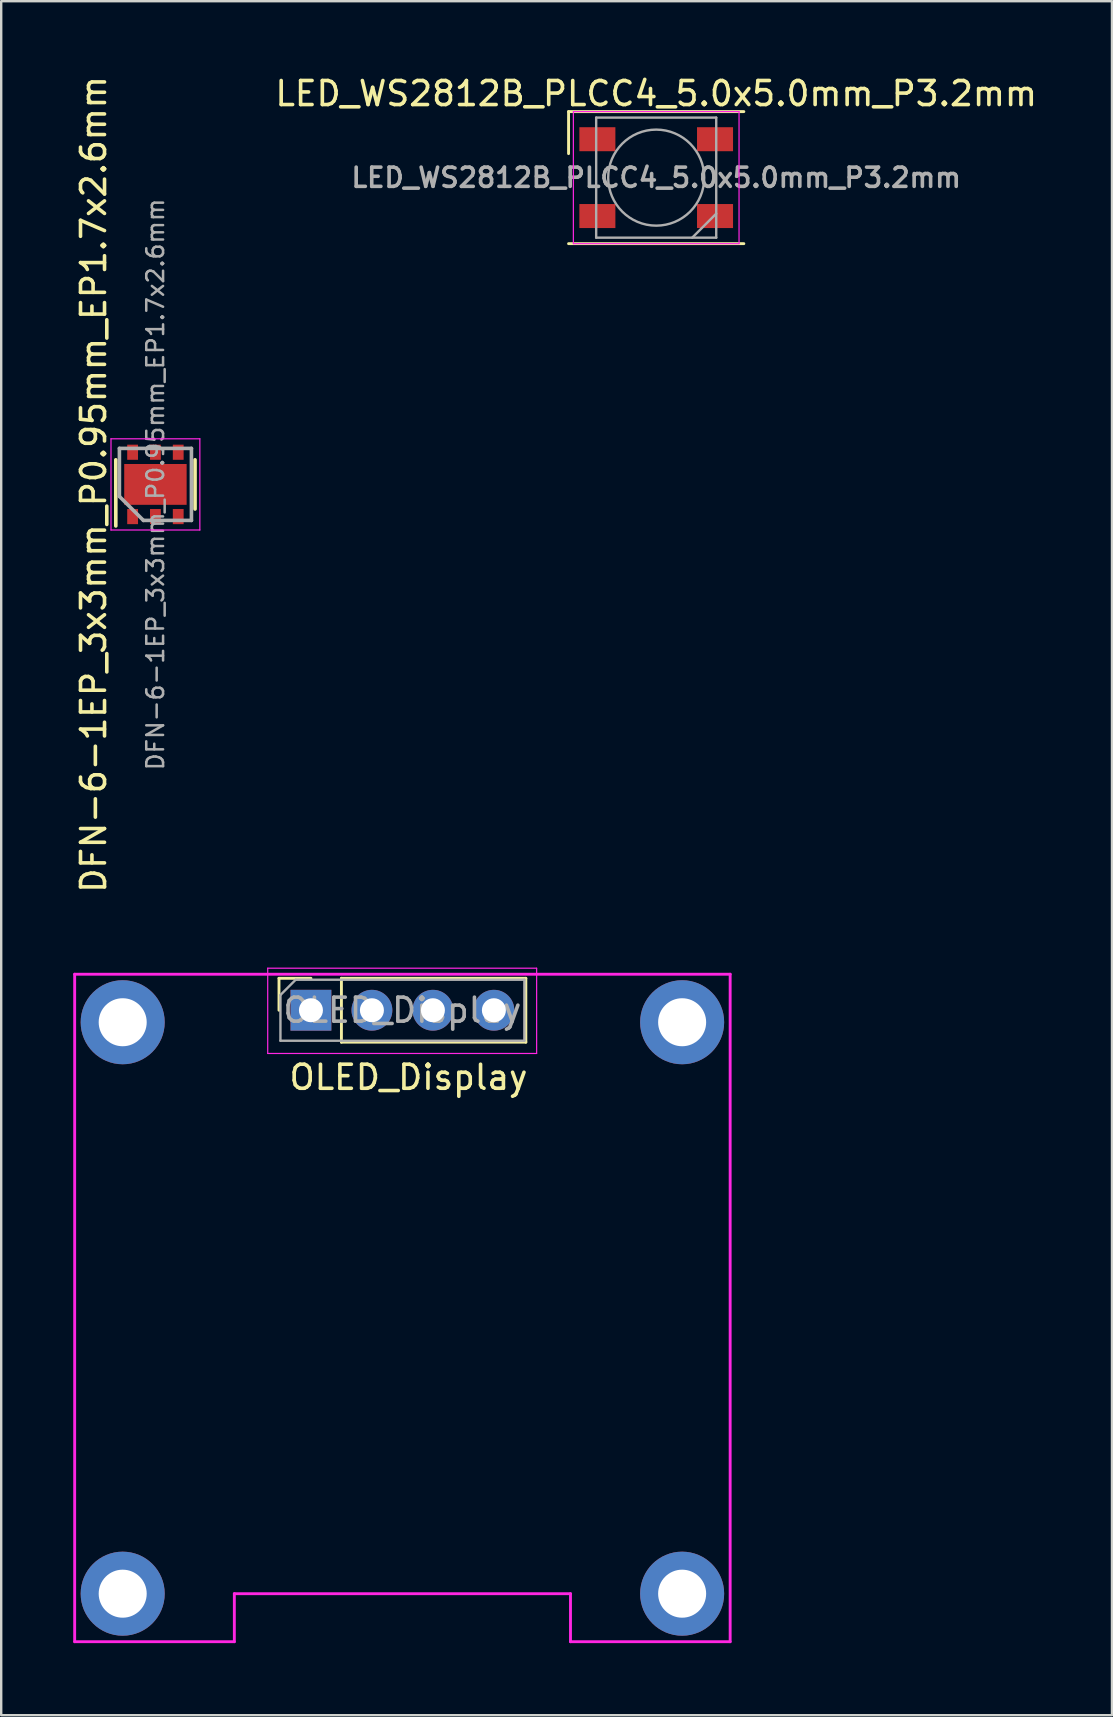
<source format=kicad_pcb>
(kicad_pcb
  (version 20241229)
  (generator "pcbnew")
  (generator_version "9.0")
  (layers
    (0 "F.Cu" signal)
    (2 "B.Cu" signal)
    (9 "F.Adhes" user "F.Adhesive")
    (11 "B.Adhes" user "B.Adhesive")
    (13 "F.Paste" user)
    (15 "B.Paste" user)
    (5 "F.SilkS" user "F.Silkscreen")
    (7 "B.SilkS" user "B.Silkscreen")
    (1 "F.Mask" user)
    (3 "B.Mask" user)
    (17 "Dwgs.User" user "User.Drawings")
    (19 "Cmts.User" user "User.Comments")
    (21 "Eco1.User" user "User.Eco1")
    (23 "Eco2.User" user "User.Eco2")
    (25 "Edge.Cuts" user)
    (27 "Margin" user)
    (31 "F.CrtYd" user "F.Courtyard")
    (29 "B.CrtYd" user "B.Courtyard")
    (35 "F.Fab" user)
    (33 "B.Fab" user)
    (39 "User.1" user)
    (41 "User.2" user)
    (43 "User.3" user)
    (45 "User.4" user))
  (footprint "LED_WS2812B_PLCC4_5.0x5.0mm_P3.2mm"
    (layer "F.Cu")
    (at 24.28 4.348)
    (property "Reference" "LED_WS2812B_PLCC4_5.0x5.0mm_P3.2mm" (at 0 -3.5 0) (layer "F.SilkS") (effects (font (size 1 1) (thickness 0.15))))
    (attr smd)
    (fp_line (start -3.65 -2.75) (end -3.65 -1) (stroke (width 0.12) (type solid)) (layer "F.SilkS"))
    (fp_line (start -3.65 -2.75) (end 3.65 -2.75) (stroke (width 0.12) (type solid)) (layer "F.SilkS"))
    (fp_line (start -3.65 2.75) (end 3.65 2.75) (stroke (width 0.12) (type solid)) (layer "F.SilkS"))
    (fp_line (start -3.45 -2.75) (end -3.45 2.75) (stroke (width 0.05) (type solid)) (layer "F.CrtYd"))
    (fp_line (start -3.45 2.75) (end 3.45 2.75) (stroke (width 0.05) (type solid)) (layer "F.CrtYd"))
    (fp_line (start 3.45 -2.75) (end -3.45 -2.75) (stroke (width 0.05) (type solid)) (layer "F.CrtYd"))
    (fp_line (start 3.45 2.75) (end 3.45 -2.75) (stroke (width 0.05) (type solid)) (layer "F.CrtYd"))
    (fp_line (start -2.5 -2.5) (end -2.5 2.5) (stroke (width 0.1) (type solid)) (layer "F.Fab"))
    (fp_line (start -2.5 2.5) (end 2.5 2.5) (stroke (width 0.1) (type solid)) (layer "F.Fab"))
    (fp_line (start 2.5 -2.5) (end -2.5 -2.5) (stroke (width 0.1) (type solid)) (layer "F.Fab"))
    (fp_line (start 2.5 1.5) (end 1.5 2.5) (stroke (width 0.1) (type solid)) (layer "F.Fab"))
    (fp_line (start 2.5 2.5) (end 2.5 -2.5) (stroke (width 0.1) (type solid)) (layer "F.Fab"))
    (fp_circle (center 0 0) (end 0 -2) (stroke (width 0.1) (type solid)) (fill no) (layer "F.Fab"))
    (fp_text user "${REFERENCE}" (at 0 0 0) (layer "F.Fab") (effects (font (size 0.8 0.8) (thickness 0.15))))
    (pad "1" smd rect (at -2.45 -1.6) (size 1.5 1) (layers "F.Cu" "F.Mask" "F.Paste"))
    (pad "2" smd rect (at -2.45 1.6) (size 1.5 1) (layers "F.Cu" "F.Mask" "F.Paste"))
    (pad "3" smd rect (at 2.45 1.6) (size 1.5 1) (layers "F.Cu" "F.Mask" "F.Paste"))
    (pad "4" smd rect (at 2.45 -1.6) (size 1.5 1) (layers "F.Cu" "F.Mask" "F.Paste")))
  (footprint "OLED_Display"
    (layer "F.Cu")
    (at 13.71 39.025)
    (property "Reference" "OLED_Display" (at 0.254 2.794 180) (layer "F.SilkS") (effects (font (size 1 1) (thickness 0.15))))
    (attr through_hole)
    (fp_line (start -5.14 -1.33) (end -3.81 -1.33) (stroke (width 0.12) (type solid)) (layer "F.SilkS"))
    (fp_line (start -5.14 0) (end -5.14 -1.33) (stroke (width 0.12) (type solid)) (layer "F.SilkS"))
    (fp_line (start -2.54 -1.33) (end 5.14 -1.33) (stroke (width 0.12) (type solid)) (layer "F.SilkS"))
    (fp_line (start -2.54 1.33) (end -2.54 -1.33) (stroke (width 0.12) (type solid)) (layer "F.SilkS"))
    (fp_line (start -2.54 1.33) (end 5.14 1.33) (stroke (width 0.12) (type solid)) (layer "F.SilkS"))
    (fp_line (start 5.14 1.33) (end 5.14 -1.33) (stroke (width 0.12) (type solid)) (layer "F.SilkS"))
    (fp_line (start -13.65 -1.5) (end -13.65 26.3) (stroke (width 0.12) (type solid)) (layer "F.CrtYd"))
    (fp_line (start -13.65 -1.5) (end 13.65 -1.5) (stroke (width 0.12) (type solid)) (layer "F.CrtYd"))
    (fp_line (start -13.65 26.3) (end -7 26.3) (stroke (width 0.12) (type solid)) (layer "F.CrtYd"))
    (fp_line (start -7 26.3) (end -7 24.3) (stroke (width 0.12) (type solid)) (layer "F.CrtYd"))
    (fp_line (start -5.61 -1.75) (end 5.59 -1.75) (stroke (width 0.05) (type solid)) (layer "F.CrtYd"))
    (fp_line (start -5.61 1.8) (end -5.61 -1.75) (stroke (width 0.05) (type solid)) (layer "F.CrtYd"))
    (fp_line (start 5.59 -1.75) (end 5.59 1.8) (stroke (width 0.05) (type solid)) (layer "F.CrtYd"))
    (fp_line (start 5.59 1.8) (end -5.61 1.8) (stroke (width 0.05) (type solid)) (layer "F.CrtYd"))
    (fp_line (start 7 24.3) (end -7 24.3) (stroke (width 0.12) (type solid)) (layer "F.CrtYd"))
    (fp_line (start 7 26.3) (end 7 24.3) (stroke (width 0.12) (type solid)) (layer "F.CrtYd"))
    (fp_line (start 13.65 -1.5) (end 13.65 26.3) (stroke (width 0.12) (type solid)) (layer "F.CrtYd"))
    (fp_line (start 13.65 26.3) (end 7 26.3) (stroke (width 0.12) (type solid)) (layer "F.CrtYd"))
    (fp_line (start -5.08 -0.635) (end -4.445 -1.27) (stroke (width 0.1) (type solid)) (layer "F.Fab"))
    (fp_line (start -5.08 1.27) (end -5.08 -0.635) (stroke (width 0.1) (type solid)) (layer "F.Fab"))
    (fp_line (start -4.445 -1.27) (end 5.08 -1.27) (stroke (width 0.1) (type solid)) (layer "F.Fab"))
    (fp_line (start 5.08 -1.27) (end 5.08 1.27) (stroke (width 0.1) (type solid)) (layer "F.Fab"))
    (fp_line (start 5.08 1.27) (end -5.08 1.27) (stroke (width 0.1) (type solid)) (layer "F.Fab"))
    (fp_text user "${REFERENCE}" (at 0 0 180) (layer "F.Fab") (effects (font (size 1 1) (thickness 0.15))))
    (pad "" thru_hole circle (at -11.65 0.5) (size 3.5 3.5) (drill 2) (layers "*.Cu" "*.Mask"))
    (pad "" thru_hole circle (at -11.65 24.3) (size 3.5 3.5) (drill 2) (layers "*.Cu" "*.Mask"))
    (pad "" thru_hole circle (at 11.65 0.5) (size 3.5 3.5) (drill 2) (layers "*.Cu" "*.Mask"))
    (pad "" thru_hole circle (at 11.65 24.3) (size 3.5 3.5) (drill 2) (layers "*.Cu" "*.Mask"))
    (pad "1" thru_hole rect (at -3.81 0 90) (size 1.7 1.7) (drill 1) (layers "*.Cu" "*.Mask"))
    (pad "2" thru_hole oval (at -1.27 0 90) (size 1.7 1.7) (drill 1) (layers "*.Cu" "*.Mask"))
    (pad "3" thru_hole oval (at 1.27 0 90) (size 1.7 1.7) (drill 1) (layers "*.Cu" "*.Mask"))
    (pad "4" thru_hole oval (at 3.81 0 90) (size 1.7 1.7) (drill 1) (layers "*.Cu" "*.Mask")))
  (footprint "DFN-6-1EP_3x3mm_P0.95mm_EP1.7x2.6mm"
    (layer "F.Cu")
    (at 3.423 17.125)
    (property "Reference" "DFN-6-1EP_3x3mm_P0.95mm_EP1.7x2.6mm" (at -2.575 0 90) (layer "F.SilkS") (effects (font (size 1 1) (thickness 0.15))))
    (attr smd)
    (fp_line (start -1.65 1.73) (end -1.65 -1.025) (stroke (width 0.15) (type solid)) (layer "F.SilkS"))
    (fp_line (start 1.65 1.025) (end 1.65 -1.025) (stroke (width 0.15) (type solid)) (layer "F.SilkS"))
    (fp_line (start -1.85 -1.9) (end 1.85 -1.9) (stroke (width 0.05) (type solid)) (layer "F.CrtYd"))
    (fp_line (start -1.85 1.9) (end -1.85 -1.9) (stroke (width 0.05) (type solid)) (layer "F.CrtYd"))
    (fp_line (start -1.85 1.9) (end 1.85 1.9) (stroke (width 0.05) (type solid)) (layer "F.CrtYd"))
    (fp_line (start 1.85 1.9) (end 1.85 -1.9) (stroke (width 0.05) (type solid)) (layer "F.CrtYd"))
    (fp_line (start -1.5 -1.5) (end 1.5 -1.5) (stroke (width 0.15) (type solid)) (layer "F.Fab"))
    (fp_line (start -1.5 0.5) (end -1.5 -1.5) (stroke (width 0.15) (type solid)) (layer "F.Fab"))
    (fp_line (start -0.5 1.5) (end -1.5 0.5) (stroke (width 0.15) (type solid)) (layer "F.Fab"))
    (fp_line (start 1.5 -1.5) (end 1.5 1.5) (stroke (width 0.15) (type solid)) (layer "F.Fab"))
    (fp_line (start 1.5 1.5) (end -0.5 1.5) (stroke (width 0.15) (type solid)) (layer "F.Fab"))
    (fp_text user "${REFERENCE}" (at 0 0 90) (layer "F.Fab") (effects (font (size 0.7 0.7) (thickness 0.105))))
    (pad "" smd rect (at -0.866 -0.425 90) (size 0.66 0.73) (layers "F.Paste"))
    (pad "" smd rect (at -0.866 0.425 90) (size 0.66 0.73) (layers "F.Paste"))
    (pad "" smd rect (at 0 -0.425 90) (size 0.66 0.73) (layers "F.Paste"))
    (pad "" smd rect (at 0 0.425 90) (size 0.66 0.73) (layers "F.Paste"))
    (pad "" smd rect (at 0.866 -0.425 90) (size 0.66 0.73) (layers "F.Paste"))
    (pad "" smd rect (at 0.866 0.425 90) (size 0.66 0.73) (layers "F.Paste"))
    (pad "1" smd rect (at -0.95 1.34 90) (size 0.63 0.45) (layers "F.Cu" "F.Mask" "F.Paste"))
    (pad "2" smd rect (at 0 1.34 90) (size 0.63 0.45) (layers "F.Cu" "F.Mask" "F.Paste"))
    (pad "3" smd rect (at 0.95 1.34 90) (size 0.63 0.45) (layers "F.Cu" "F.Mask" "F.Paste"))
    (pad "4" smd rect (at 0.95 -1.34 90) (size 0.63 0.45) (layers "F.Cu" "F.Mask" "F.Paste"))
    (pad "5" smd rect (at 0 -1.34 90) (size 0.63 0.45) (layers "F.Cu" "F.Mask" "F.Paste"))
    (pad "6" smd rect (at -0.95 -1.34 90) (size 0.63 0.45) (layers "F.Cu" "F.Mask" "F.Paste"))
    (pad "7" smd rect (at 0 0 90) (size 1.7 2.6) (layers "F.Cu" "F.Mask")))
  (gr_rect
    (start -3 -3)
    (end 43.263 68.385)
    (stroke (width 0.1) (type default))
    (fill no)
    (layer "Edge.Cuts")))
</source>
